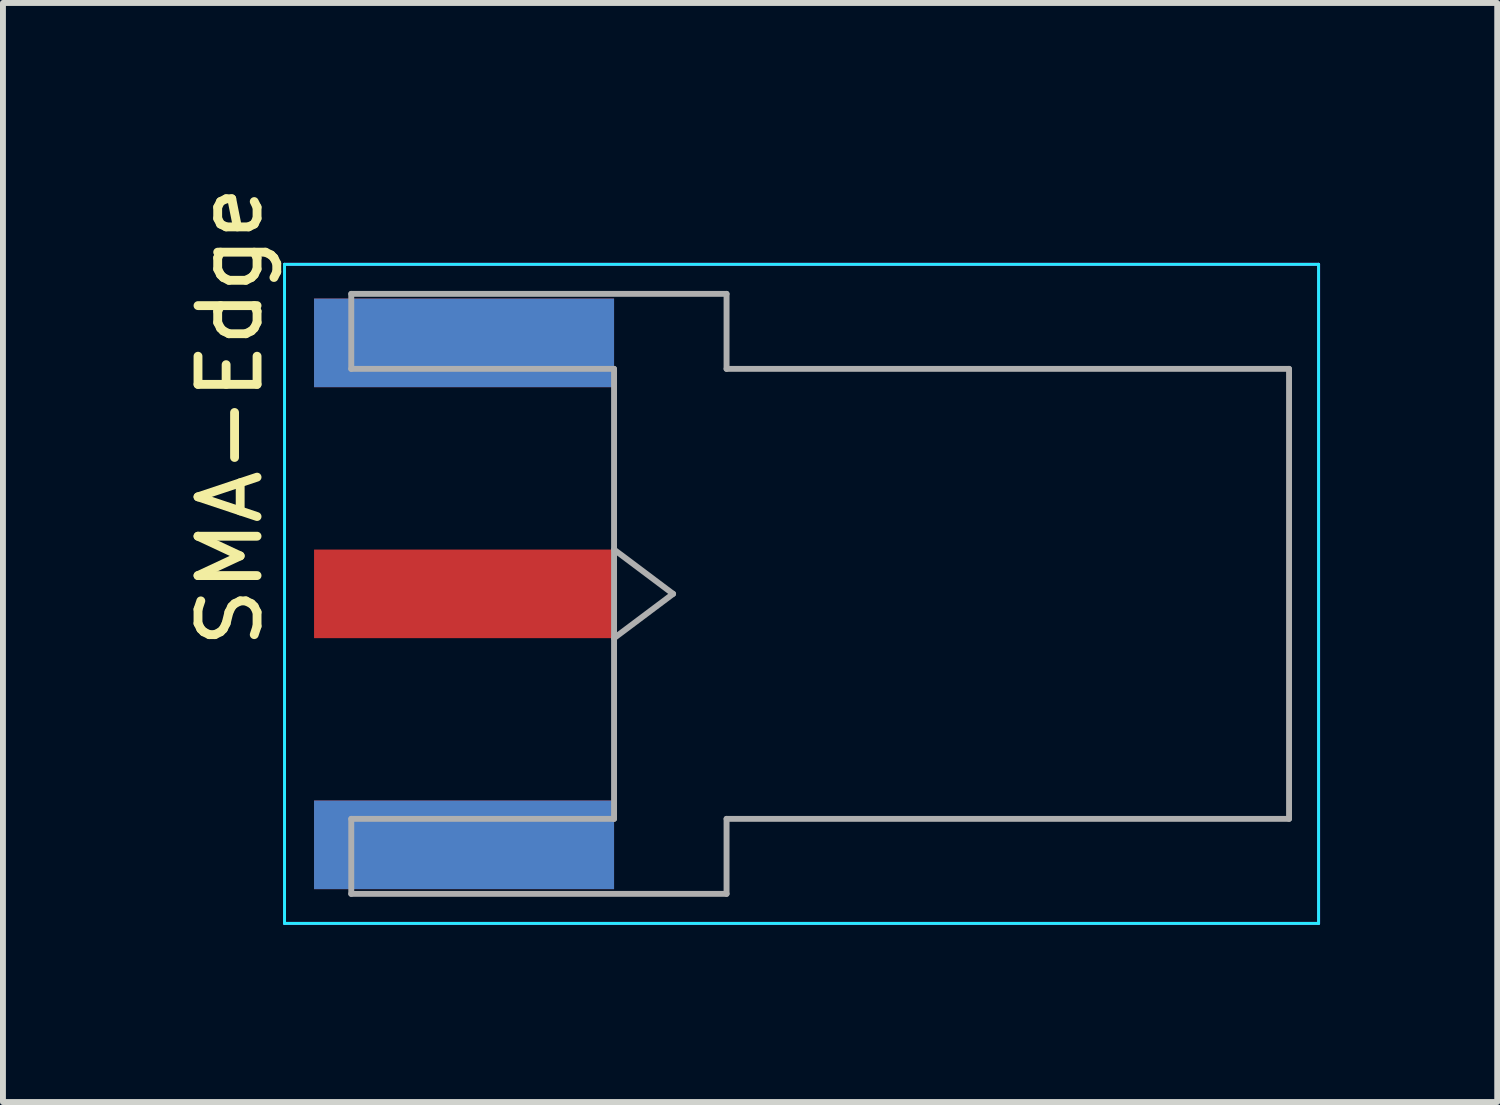
<source format=kicad_pcb>
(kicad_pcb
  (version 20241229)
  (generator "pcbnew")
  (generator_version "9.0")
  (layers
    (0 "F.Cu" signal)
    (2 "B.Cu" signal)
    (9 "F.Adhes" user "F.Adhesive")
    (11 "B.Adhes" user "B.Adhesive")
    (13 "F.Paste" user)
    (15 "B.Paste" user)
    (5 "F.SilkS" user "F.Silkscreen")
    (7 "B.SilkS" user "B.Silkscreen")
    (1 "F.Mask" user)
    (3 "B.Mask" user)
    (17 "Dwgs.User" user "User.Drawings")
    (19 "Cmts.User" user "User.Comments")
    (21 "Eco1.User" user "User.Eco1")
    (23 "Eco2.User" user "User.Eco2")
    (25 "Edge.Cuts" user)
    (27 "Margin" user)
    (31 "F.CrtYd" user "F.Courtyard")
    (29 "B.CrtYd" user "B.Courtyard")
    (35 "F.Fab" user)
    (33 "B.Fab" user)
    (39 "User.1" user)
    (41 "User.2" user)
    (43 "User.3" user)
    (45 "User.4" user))
  (footprint "SMA-Edge"
    (layer "F.Cu")
    (at 4.808 7.006)
    (property "Reference" "SMA-Edge" (at -3.96 -3 270) (layer "F.SilkS") (effects (font (size 1 1) (thickness 0.15))))
    (attr smd)
    (fp_line (start -3.04 5.58) (end -3.04 -5.58) (stroke (width 0.05) (type solid)) (layer "B.CrtYd"))
    (fp_line (start 14.47 -5.58) (end -3.04 -5.58) (stroke (width 0.05) (type solid)) (layer "B.CrtYd"))
    (fp_line (start 14.47 -5.58) (end 14.47 5.58) (stroke (width 0.05) (type solid)) (layer "B.CrtYd"))
    (fp_line (start 14.47 5.58) (end -3.04 5.58) (stroke (width 0.05) (type solid)) (layer "B.CrtYd"))
    (fp_line (start -3.04 5.58) (end -3.04 -5.58) (stroke (width 0.05) (type solid)) (layer "F.CrtYd"))
    (fp_line (start 14.47 -5.58) (end -3.04 -5.58) (stroke (width 0.05) (type solid)) (layer "F.CrtYd"))
    (fp_line (start 14.47 -5.58) (end 14.47 5.58) (stroke (width 0.05) (type solid)) (layer "F.CrtYd"))
    (fp_line (start 14.47 5.58) (end -3.04 5.58) (stroke (width 0.05) (type solid)) (layer "F.CrtYd"))
    (fp_line (start -1.91 -5.08) (end -1.91 -3.81) (stroke (width 0.1) (type solid)) (layer "F.Fab"))
    (fp_line (start -1.91 -5.08) (end 4.445 -5.08) (stroke (width 0.1) (type solid)) (layer "F.Fab"))
    (fp_line (start -1.91 -3.81) (end 2.54 -3.81) (stroke (width 0.1) (type solid)) (layer "F.Fab"))
    (fp_line (start -1.91 3.81) (end -1.91 5.08) (stroke (width 0.1) (type solid)) (layer "F.Fab"))
    (fp_line (start -1.91 5.08) (end 4.445 5.08) (stroke (width 0.1) (type solid)) (layer "F.Fab"))
    (fp_line (start 2.54 -3.81) (end 2.54 3.81) (stroke (width 0.1) (type solid)) (layer "F.Fab"))
    (fp_line (start 2.54 -0.75) (end 3.54 0) (stroke (width 0.1) (type solid)) (layer "F.Fab"))
    (fp_line (start 2.54 3.81) (end -1.91 3.81) (stroke (width 0.1) (type solid)) (layer "F.Fab"))
    (fp_line (start 3.54 0) (end 2.54 0.75) (stroke (width 0.1) (type solid)) (layer "F.Fab"))
    (fp_line (start 4.445 -3.81) (end 4.445 -5.08) (stroke (width 0.1) (type solid)) (layer "F.Fab"))
    (fp_line (start 4.445 -3.81) (end 13.97 -3.81) (stroke (width 0.1) (type solid)) (layer "F.Fab"))
    (fp_line (start 4.445 5.08) (end 4.445 3.81) (stroke (width 0.1) (type solid)) (layer "F.Fab"))
    (fp_line (start 13.97 -3.81) (end 13.97 3.81) (stroke (width 0.1) (type solid)) (layer "F.Fab"))
    (fp_line (start 13.97 3.81) (end 4.445 3.81) (stroke (width 0.1) (type solid)) (layer "F.Fab"))
    (pad "1" smd rect (at 0 0 90) (size 1.5 5.08) (layers "F.Cu" "F.Mask" "F.Paste"))
    (pad "2" smd rect (at 0 -4.25 90) (size 1.5 5.08) (layers "F.Cu" "F.Mask" "F.Paste"))
    (pad "2" smd rect (at 0 -4.25 90) (size 1.5 5.08) (layers "B.Cu" "B.Mask" "B.Paste"))
    (pad "2" smd rect (at 0 4.25 90) (size 1.5 5.08) (layers "F.Cu" "F.Mask" "F.Paste"))
    (pad "2" smd rect (at 0 4.25 90) (size 1.5 5.08) (layers "B.Cu" "B.Mask" "B.Paste")))
  (gr_rect
    (start -3 -3)
    (end 22.303 15.611)
    (stroke (width 0.1) (type default))
    (fill no)
    (layer "Edge.Cuts")))
</source>
